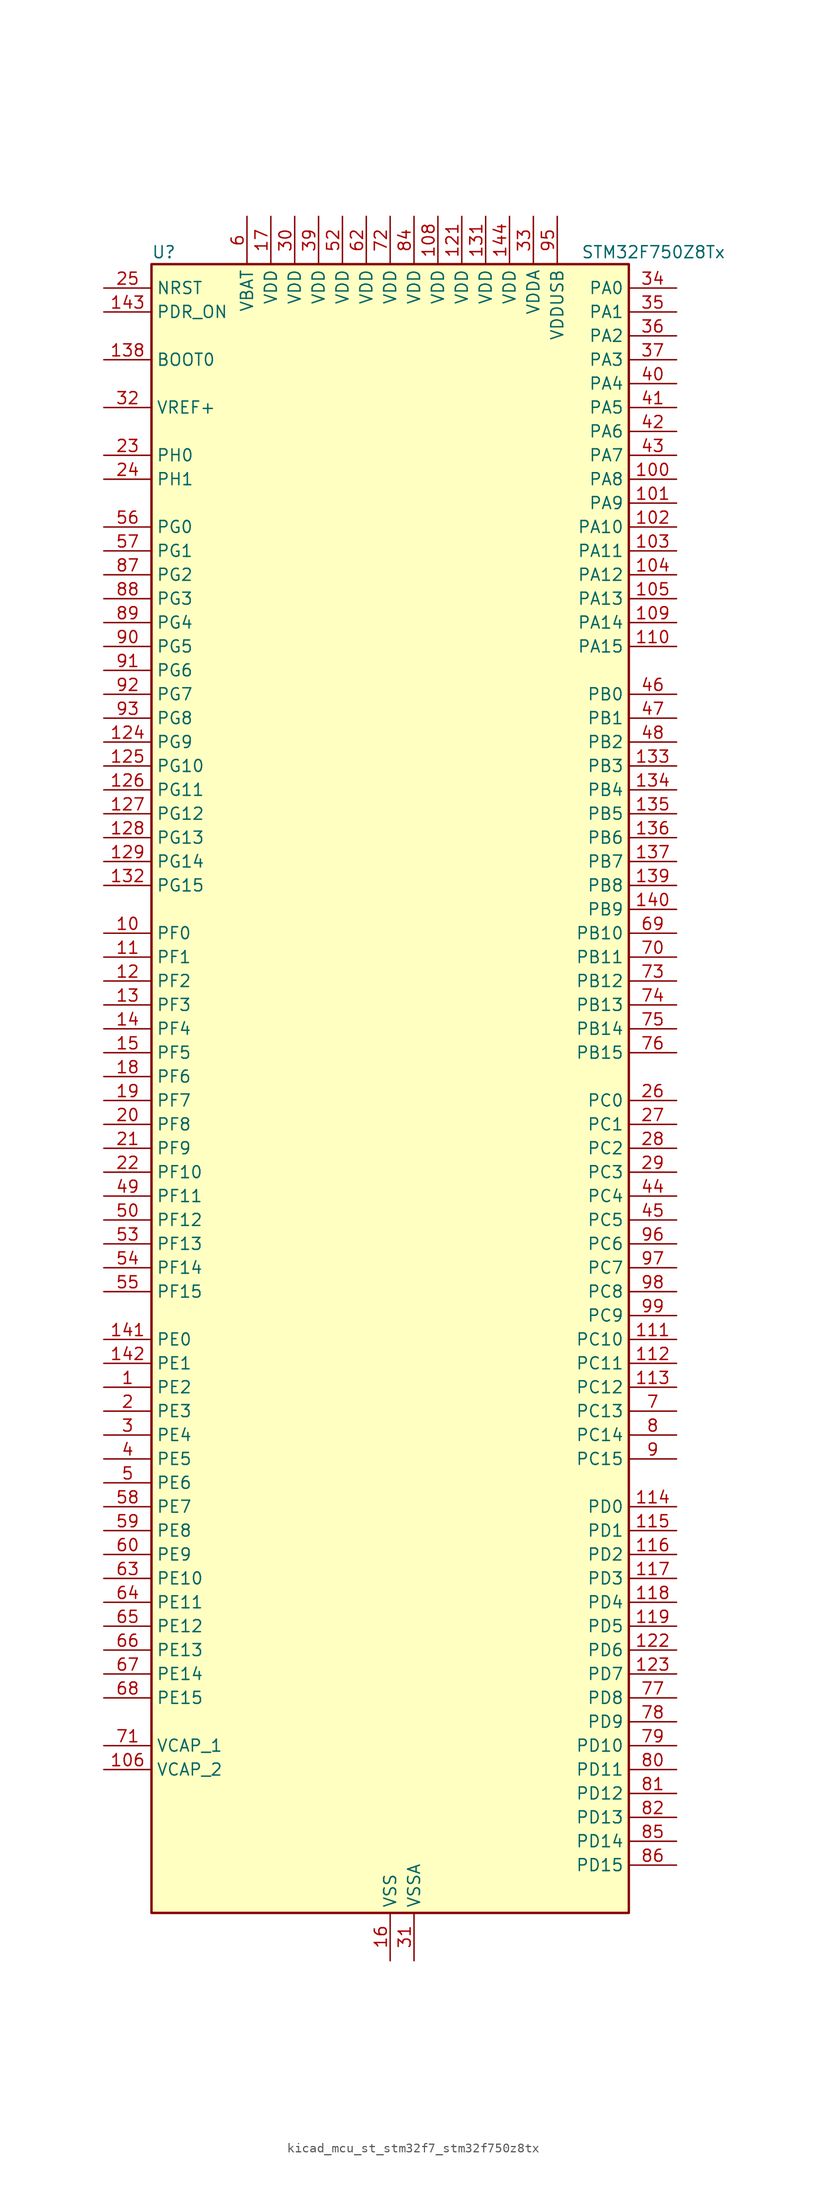
<source format=kicad_sym>
(kicad_symbol_lib
  (version 20220914)
  (generator kicad_symbol_editor)
  (symbol "kicad_mcu_st_stm32f7_stm32f750z8tx"
    (property "Reference" "U"
      (at -25.4 90.17 0)
      (effects (font (size 1.27 1.27)) (justify left)))
    (property "Value" "STM32F750Z8Tx"
      (at 20.32 90.17 0)
      (effects (font (size 1.27 1.27)) (justify left)))
    (property "ki_locked" ""
      (at 0 0 0)
      (effects (font (size 1.27 1.27))))
    (symbol "kicad_mcu_st_stm32f7_stm32f750z8tx_0_1"
      (rectangle (start -25.4 -86.36) (end 25.4 88.9) (stroke (width 0.254) (type default)) (fill (type background))))
    (symbol "kicad_mcu_st_stm32f7_stm32f750z8tx_1_1"
      (pin bidirectional line (at -30.48 -30.48 0) (length 5.08) (name "PE2" (effects (font (size 1.27 1.27)))) (number "1" (effects (font (size 1.27 1.27)))) (alternate "ETH_TXD3" bidirectional line) (alternate "FMC_A23" bidirectional line) (alternate "QUADSPI_BK1_IO2" bidirectional line) (alternate "SAI1_MCLK_A" bidirectional line) (alternate "SPI4_SCK" bidirectional line) (alternate "SYS_TRACECLK" bidirectional line))
      (pin bidirectional line (at -30.48 17.78 0) (length 5.08) (name "PF0" (effects (font (size 1.27 1.27)))) (number "10" (effects (font (size 1.27 1.27)))) (alternate "FMC_A0" bidirectional line) (alternate "I2C2_SDA" bidirectional line))
      (pin bidirectional line (at 30.48 66.04 180) (length 5.08) (name "PA8" (effects (font (size 1.27 1.27)))) (number "100" (effects (font (size 1.27 1.27)))) (alternate "I2C3_SCL" bidirectional line) (alternate "LTDC_R6" bidirectional line) (alternate "RCC_MCO_1" bidirectional line) (alternate "TIM1_CH1" bidirectional line) (alternate "TIM8_BKIN2" bidirectional line) (alternate "USART1_CK" bidirectional line) (alternate "USB_OTG_FS_SOF" bidirectional line))
      (pin bidirectional line (at 30.48 63.5 180) (length 5.08) (name "PA9" (effects (font (size 1.27 1.27)))) (number "101" (effects (font (size 1.27 1.27)))) (alternate "DAC_EXTI9" bidirectional line) (alternate "DCMI_D0" bidirectional line) (alternate "I2C3_SMBA" bidirectional line) (alternate "I2S2_CK" bidirectional line) (alternate "SPI2_SCK" bidirectional line) (alternate "TIM1_CH2" bidirectional line) (alternate "USART1_TX" bidirectional line) (alternate "USB_OTG_FS_VBUS" bidirectional line))
      (pin bidirectional line (at 30.48 60.96 180) (length 5.08) (name "PA10" (effects (font (size 1.27 1.27)))) (number "102" (effects (font (size 1.27 1.27)))) (alternate "DCMI_D1" bidirectional line) (alternate "TIM1_CH3" bidirectional line) (alternate "USART1_RX" bidirectional line) (alternate "USB_OTG_FS_ID" bidirectional line))
      (pin bidirectional line (at 30.48 58.42 180) (length 5.08) (name "PA11" (effects (font (size 1.27 1.27)))) (number "103" (effects (font (size 1.27 1.27)))) (alternate "ADC1_EXTI11" bidirectional line) (alternate "ADC2_EXTI11" bidirectional line) (alternate "ADC3_EXTI11" bidirectional line) (alternate "CAN1_RX" bidirectional line) (alternate "LTDC_R4" bidirectional line) (alternate "TIM1_CH4" bidirectional line) (alternate "USART1_CTS" bidirectional line) (alternate "USB_OTG_FS_DM" bidirectional line))
      (pin bidirectional line (at 30.48 55.88 180) (length 5.08) (name "PA12" (effects (font (size 1.27 1.27)))) (number "104" (effects (font (size 1.27 1.27)))) (alternate "CAN1_TX" bidirectional line) (alternate "LTDC_R5" bidirectional line) (alternate "SAI2_FS_B" bidirectional line) (alternate "TIM1_ETR" bidirectional line) (alternate "USART1_DE" bidirectional line) (alternate "USART1_RTS" bidirectional line) (alternate "USB_OTG_FS_DP" bidirectional line))
      (pin bidirectional line (at 30.48 53.34 180) (length 5.08) (name "PA13" (effects (font (size 1.27 1.27)))) (number "105" (effects (font (size 1.27 1.27)))) (alternate "SYS_JTMS-SWDIO" bidirectional line))
      (pin power_out line (at -30.48 -71.12 0) (length 5.08) (name "VCAP_2" (effects (font (size 1.27 1.27)))) (number "106" (effects (font (size 1.27 1.27)))))
      (pin passive line (at 0 -91.44 90) (length 5.08) hide (name "VSS" (effects (font (size 1.27 1.27)))) (number "107" (effects (font (size 1.27 1.27)))))
      (pin power_in line (at 5.08 93.98 270) (length 5.08) (name "VDD" (effects (font (size 1.27 1.27)))) (number "108" (effects (font (size 1.27 1.27)))))
      (pin bidirectional line (at 30.48 50.8 180) (length 5.08) (name "PA14" (effects (font (size 1.27 1.27)))) (number "109" (effects (font (size 1.27 1.27)))) (alternate "SYS_JTCK-SWCLK" bidirectional line))
      (pin bidirectional line (at -30.48 15.24 0) (length 5.08) (name "PF1" (effects (font (size 1.27 1.27)))) (number "11" (effects (font (size 1.27 1.27)))) (alternate "FMC_A1" bidirectional line) (alternate "I2C2_SCL" bidirectional line))
      (pin bidirectional line (at 30.48 48.26 180) (length 5.08) (name "PA15" (effects (font (size 1.27 1.27)))) (number "110" (effects (font (size 1.27 1.27)))) (alternate "CEC" bidirectional line) (alternate "I2S1_WS" bidirectional line) (alternate "I2S3_WS" bidirectional line) (alternate "SPI1_NSS" bidirectional line) (alternate "SPI3_NSS" bidirectional line) (alternate "SYS_JTDI" bidirectional line) (alternate "TIM2_CH1" bidirectional line) (alternate "TIM2_ETR" bidirectional line) (alternate "UART4_DE" bidirectional line) (alternate "UART4_RTS" bidirectional line))
      (pin bidirectional line (at 30.48 -25.4 180) (length 5.08) (name "PC10" (effects (font (size 1.27 1.27)))) (number "111" (effects (font (size 1.27 1.27)))) (alternate "DCMI_D8" bidirectional line) (alternate "I2S3_CK" bidirectional line) (alternate "LTDC_R2" bidirectional line) (alternate "QUADSPI_BK1_IO1" bidirectional line) (alternate "SDMMC1_D2" bidirectional line) (alternate "SPI3_SCK" bidirectional line) (alternate "UART4_TX" bidirectional line) (alternate "USART3_TX" bidirectional line))
      (pin bidirectional line (at 30.48 -27.94 180) (length 5.08) (name "PC11" (effects (font (size 1.27 1.27)))) (number "112" (effects (font (size 1.27 1.27)))) (alternate "ADC1_EXTI11" bidirectional line) (alternate "ADC2_EXTI11" bidirectional line) (alternate "ADC3_EXTI11" bidirectional line) (alternate "DCMI_D4" bidirectional line) (alternate "QUADSPI_BK2_NCS" bidirectional line) (alternate "SDMMC1_D3" bidirectional line) (alternate "SPI3_MISO" bidirectional line) (alternate "UART4_RX" bidirectional line) (alternate "USART3_RX" bidirectional line))
      (pin bidirectional line (at 30.48 -30.48 180) (length 5.08) (name "PC12" (effects (font (size 1.27 1.27)))) (number "113" (effects (font (size 1.27 1.27)))) (alternate "DCMI_D9" bidirectional line) (alternate "I2S3_SD" bidirectional line) (alternate "SDMMC1_CK" bidirectional line) (alternate "SPI3_MOSI" bidirectional line) (alternate "SYS_TRACED3" bidirectional line) (alternate "UART5_TX" bidirectional line) (alternate "USART3_CK" bidirectional line))
      (pin bidirectional line (at 30.48 -43.18 180) (length 5.08) (name "PD0" (effects (font (size 1.27 1.27)))) (number "114" (effects (font (size 1.27 1.27)))) (alternate "CAN1_RX" bidirectional line) (alternate "FMC_D2" bidirectional line) (alternate "FMC_DA2" bidirectional line))
      (pin bidirectional line (at 30.48 -45.72 180) (length 5.08) (name "PD1" (effects (font (size 1.27 1.27)))) (number "115" (effects (font (size 1.27 1.27)))) (alternate "CAN1_TX" bidirectional line) (alternate "FMC_D3" bidirectional line) (alternate "FMC_DA3" bidirectional line))
      (pin bidirectional line (at 30.48 -48.26 180) (length 5.08) (name "PD2" (effects (font (size 1.27 1.27)))) (number "116" (effects (font (size 1.27 1.27)))) (alternate "DCMI_D11" bidirectional line) (alternate "SDMMC1_CMD" bidirectional line) (alternate "SYS_TRACED2" bidirectional line) (alternate "TIM3_ETR" bidirectional line) (alternate "UART5_RX" bidirectional line))
      (pin bidirectional line (at 30.48 -50.8 180) (length 5.08) (name "PD3" (effects (font (size 1.27 1.27)))) (number "117" (effects (font (size 1.27 1.27)))) (alternate "DCMI_D5" bidirectional line) (alternate "FMC_CLK" bidirectional line) (alternate "I2S2_CK" bidirectional line) (alternate "LTDC_G7" bidirectional line) (alternate "SPI2_SCK" bidirectional line) (alternate "USART2_CTS" bidirectional line))
      (pin bidirectional line (at 30.48 -53.34 180) (length 5.08) (name "PD4" (effects (font (size 1.27 1.27)))) (number "118" (effects (font (size 1.27 1.27)))) (alternate "FMC_NOE" bidirectional line) (alternate "USART2_DE" bidirectional line) (alternate "USART2_RTS" bidirectional line))
      (pin bidirectional line (at 30.48 -55.88 180) (length 5.08) (name "PD5" (effects (font (size 1.27 1.27)))) (number "119" (effects (font (size 1.27 1.27)))) (alternate "FMC_NWE" bidirectional line) (alternate "USART2_TX" bidirectional line))
      (pin bidirectional line (at -30.48 12.7 0) (length 5.08) (name "PF2" (effects (font (size 1.27 1.27)))) (number "12" (effects (font (size 1.27 1.27)))) (alternate "FMC_A2" bidirectional line) (alternate "I2C2_SMBA" bidirectional line))
      (pin passive line (at 0 -91.44 90) (length 5.08) hide (name "VSS" (effects (font (size 1.27 1.27)))) (number "120" (effects (font (size 1.27 1.27)))))
      (pin power_in line (at 7.62 93.98 270) (length 5.08) (name "VDD" (effects (font (size 1.27 1.27)))) (number "121" (effects (font (size 1.27 1.27)))))
      (pin bidirectional line (at 30.48 -58.42 180) (length 5.08) (name "PD6" (effects (font (size 1.27 1.27)))) (number "122" (effects (font (size 1.27 1.27)))) (alternate "DCMI_D10" bidirectional line) (alternate "FMC_NWAIT" bidirectional line) (alternate "I2S3_SD" bidirectional line) (alternate "LTDC_B2" bidirectional line) (alternate "SAI1_SD_A" bidirectional line) (alternate "SPI3_MOSI" bidirectional line) (alternate "USART2_RX" bidirectional line))
      (pin bidirectional line (at 30.48 -60.96 180) (length 5.08) (name "PD7" (effects (font (size 1.27 1.27)))) (number "123" (effects (font (size 1.27 1.27)))) (alternate "FMC_NE1" bidirectional line) (alternate "SPDIFRX_IN0" bidirectional line) (alternate "USART2_CK" bidirectional line))
      (pin bidirectional line (at -30.48 38.1 0) (length 5.08) (name "PG9" (effects (font (size 1.27 1.27)))) (number "124" (effects (font (size 1.27 1.27)))) (alternate "DAC_EXTI9" bidirectional line) (alternate "DCMI_VSYNC" bidirectional line) (alternate "FMC_NCE" bidirectional line) (alternate "FMC_NE2" bidirectional line) (alternate "QUADSPI_BK2_IO2" bidirectional line) (alternate "SAI2_FS_B" bidirectional line) (alternate "SPDIFRX_IN3" bidirectional line) (alternate "USART6_RX" bidirectional line))
      (pin bidirectional line (at -30.48 35.56 0) (length 5.08) (name "PG10" (effects (font (size 1.27 1.27)))) (number "125" (effects (font (size 1.27 1.27)))) (alternate "DCMI_D2" bidirectional line) (alternate "FMC_NE3" bidirectional line) (alternate "LTDC_B2" bidirectional line) (alternate "LTDC_G3" bidirectional line) (alternate "SAI2_SD_B" bidirectional line))
      (pin bidirectional line (at -30.48 33.02 0) (length 5.08) (name "PG11" (effects (font (size 1.27 1.27)))) (number "126" (effects (font (size 1.27 1.27)))) (alternate "ADC1_EXTI11" bidirectional line) (alternate "ADC2_EXTI11" bidirectional line) (alternate "ADC3_EXTI11" bidirectional line) (alternate "DCMI_D3" bidirectional line) (alternate "ETH_TX_EN" bidirectional line) (alternate "LTDC_B3" bidirectional line) (alternate "SPDIFRX_IN0" bidirectional line))
      (pin bidirectional line (at -30.48 30.48 0) (length 5.08) (name "PG12" (effects (font (size 1.27 1.27)))) (number "127" (effects (font (size 1.27 1.27)))) (alternate "FMC_NE4" bidirectional line) (alternate "LPTIM1_IN1" bidirectional line) (alternate "LTDC_B1" bidirectional line) (alternate "LTDC_B4" bidirectional line) (alternate "SPDIFRX_IN1" bidirectional line) (alternate "SPI6_MISO" bidirectional line) (alternate "USART6_DE" bidirectional line) (alternate "USART6_RTS" bidirectional line))
      (pin bidirectional line (at -30.48 27.94 0) (length 5.08) (name "PG13" (effects (font (size 1.27 1.27)))) (number "128" (effects (font (size 1.27 1.27)))) (alternate "ETH_TXD0" bidirectional line) (alternate "FMC_A24" bidirectional line) (alternate "LPTIM1_OUT" bidirectional line) (alternate "LTDC_R0" bidirectional line) (alternate "SPI6_SCK" bidirectional line) (alternate "SYS_TRACED0" bidirectional line) (alternate "USART6_CTS" bidirectional line))
      (pin bidirectional line (at -30.48 25.4 0) (length 5.08) (name "PG14" (effects (font (size 1.27 1.27)))) (number "129" (effects (font (size 1.27 1.27)))) (alternate "ETH_TXD1" bidirectional line) (alternate "FMC_A25" bidirectional line) (alternate "LPTIM1_ETR" bidirectional line) (alternate "LTDC_B0" bidirectional line) (alternate "QUADSPI_BK2_IO3" bidirectional line) (alternate "SPI6_MOSI" bidirectional line) (alternate "SYS_TRACED1" bidirectional line) (alternate "USART6_TX" bidirectional line))
      (pin bidirectional line (at -30.48 10.16 0) (length 5.08) (name "PF3" (effects (font (size 1.27 1.27)))) (number "13" (effects (font (size 1.27 1.27)))) (alternate "ADC3_IN9" bidirectional line) (alternate "FMC_A3" bidirectional line))
      (pin passive line (at 0 -91.44 90) (length 5.08) hide (name "VSS" (effects (font (size 1.27 1.27)))) (number "130" (effects (font (size 1.27 1.27)))))
      (pin power_in line (at 10.16 93.98 270) (length 5.08) (name "VDD" (effects (font (size 1.27 1.27)))) (number "131" (effects (font (size 1.27 1.27)))))
      (pin bidirectional line (at -30.48 22.86 0) (length 5.08) (name "PG15" (effects (font (size 1.27 1.27)))) (number "132" (effects (font (size 1.27 1.27)))) (alternate "DCMI_D13" bidirectional line) (alternate "FMC_SDNCAS" bidirectional line) (alternate "USART6_CTS" bidirectional line))
      (pin bidirectional line (at 30.48 35.56 180) (length 5.08) (name "PB3" (effects (font (size 1.27 1.27)))) (number "133" (effects (font (size 1.27 1.27)))) (alternate "I2S1_CK" bidirectional line) (alternate "I2S3_CK" bidirectional line) (alternate "SPI1_SCK" bidirectional line) (alternate "SPI3_SCK" bidirectional line) (alternate "SYS_JTDO-SWO" bidirectional line) (alternate "TIM2_CH2" bidirectional line))
      (pin bidirectional line (at 30.48 33.02 180) (length 5.08) (name "PB4" (effects (font (size 1.27 1.27)))) (number "134" (effects (font (size 1.27 1.27)))) (alternate "I2S2_WS" bidirectional line) (alternate "SPI1_MISO" bidirectional line) (alternate "SPI2_NSS" bidirectional line) (alternate "SPI3_MISO" bidirectional line) (alternate "SYS_JTRST" bidirectional line) (alternate "TIM3_CH1" bidirectional line))
      (pin bidirectional line (at 30.48 30.48 180) (length 5.08) (name "PB5" (effects (font (size 1.27 1.27)))) (number "135" (effects (font (size 1.27 1.27)))) (alternate "CAN2_RX" bidirectional line) (alternate "DCMI_D10" bidirectional line) (alternate "ETH_PPS_OUT" bidirectional line) (alternate "FMC_SDCKE1" bidirectional line) (alternate "I2C1_SMBA" bidirectional line) (alternate "I2S1_SD" bidirectional line) (alternate "I2S3_SD" bidirectional line) (alternate "SPI1_MOSI" bidirectional line) (alternate "SPI3_MOSI" bidirectional line) (alternate "TIM3_CH2" bidirectional line) (alternate "USB_OTG_HS_ULPI_D7" bidirectional line))
      (pin bidirectional line (at 30.48 27.94 180) (length 5.08) (name "PB6" (effects (font (size 1.27 1.27)))) (number "136" (effects (font (size 1.27 1.27)))) (alternate "CAN2_TX" bidirectional line) (alternate "CEC" bidirectional line) (alternate "DCMI_D5" bidirectional line) (alternate "FMC_SDNE1" bidirectional line) (alternate "I2C1_SCL" bidirectional line) (alternate "QUADSPI_BK1_NCS" bidirectional line) (alternate "TIM4_CH1" bidirectional line) (alternate "USART1_TX" bidirectional line))
      (pin bidirectional line (at 30.48 25.4 180) (length 5.08) (name "PB7" (effects (font (size 1.27 1.27)))) (number "137" (effects (font (size 1.27 1.27)))) (alternate "DCMI_VSYNC" bidirectional line) (alternate "FMC_NL" bidirectional line) (alternate "I2C1_SDA" bidirectional line) (alternate "TIM4_CH2" bidirectional line) (alternate "USART1_RX" bidirectional line))
      (pin input line (at -30.48 78.74 0) (length 5.08) (name "BOOT0" (effects (font (size 1.27 1.27)))) (number "138" (effects (font (size 1.27 1.27)))))
      (pin bidirectional line (at 30.48 22.86 180) (length 5.08) (name "PB8" (effects (font (size 1.27 1.27)))) (number "139" (effects (font (size 1.27 1.27)))) (alternate "CAN1_RX" bidirectional line) (alternate "DCMI_D6" bidirectional line) (alternate "ETH_TXD3" bidirectional line) (alternate "I2C1_SCL" bidirectional line) (alternate "LTDC_B6" bidirectional line) (alternate "SDMMC1_D4" bidirectional line) (alternate "TIM10_CH1" bidirectional line) (alternate "TIM4_CH3" bidirectional line))
      (pin bidirectional line (at -30.48 7.62 0) (length 5.08) (name "PF4" (effects (font (size 1.27 1.27)))) (number "14" (effects (font (size 1.27 1.27)))) (alternate "ADC3_IN14" bidirectional line) (alternate "FMC_A4" bidirectional line))
      (pin bidirectional line (at 30.48 20.32 180) (length 5.08) (name "PB9" (effects (font (size 1.27 1.27)))) (number "140" (effects (font (size 1.27 1.27)))) (alternate "CAN1_TX" bidirectional line) (alternate "DAC_EXTI9" bidirectional line) (alternate "DCMI_D7" bidirectional line) (alternate "I2C1_SDA" bidirectional line) (alternate "I2S2_WS" bidirectional line) (alternate "LTDC_B7" bidirectional line) (alternate "SDMMC1_D5" bidirectional line) (alternate "SPI2_NSS" bidirectional line) (alternate "TIM11_CH1" bidirectional line) (alternate "TIM4_CH4" bidirectional line))
      (pin bidirectional line (at -30.48 -25.4 0) (length 5.08) (name "PE0" (effects (font (size 1.27 1.27)))) (number "141" (effects (font (size 1.27 1.27)))) (alternate "DCMI_D2" bidirectional line) (alternate "FMC_NBL0" bidirectional line) (alternate "LPTIM1_ETR" bidirectional line) (alternate "SAI2_MCLK_A" bidirectional line) (alternate "TIM4_ETR" bidirectional line) (alternate "UART8_RX" bidirectional line))
      (pin bidirectional line (at -30.48 -27.94 0) (length 5.08) (name "PE1" (effects (font (size 1.27 1.27)))) (number "142" (effects (font (size 1.27 1.27)))) (alternate "DCMI_D3" bidirectional line) (alternate "FMC_NBL1" bidirectional line) (alternate "LPTIM1_IN2" bidirectional line) (alternate "UART8_TX" bidirectional line))
      (pin input line (at -30.48 83.82 0) (length 5.08) (name "PDR_ON" (effects (font (size 1.27 1.27)))) (number "143" (effects (font (size 1.27 1.27)))))
      (pin power_in line (at 12.7 93.98 270) (length 5.08) (name "VDD" (effects (font (size 1.27 1.27)))) (number "144" (effects (font (size 1.27 1.27)))))
      (pin bidirectional line (at -30.48 5.08 0) (length 5.08) (name "PF5" (effects (font (size 1.27 1.27)))) (number "15" (effects (font (size 1.27 1.27)))) (alternate "ADC3_IN15" bidirectional line) (alternate "FMC_A5" bidirectional line))
      (pin power_in line (at 0 -91.44 90) (length 5.08) (name "VSS" (effects (font (size 1.27 1.27)))) (number "16" (effects (font (size 1.27 1.27)))))
      (pin power_in line (at -12.7 93.98 270) (length 5.08) (name "VDD" (effects (font (size 1.27 1.27)))) (number "17" (effects (font (size 1.27 1.27)))))
      (pin bidirectional line (at -30.48 2.54 0) (length 5.08) (name "PF6" (effects (font (size 1.27 1.27)))) (number "18" (effects (font (size 1.27 1.27)))) (alternate "ADC3_IN4" bidirectional line) (alternate "QUADSPI_BK1_IO3" bidirectional line) (alternate "SAI1_SD_B" bidirectional line) (alternate "SPI5_NSS" bidirectional line) (alternate "TIM10_CH1" bidirectional line) (alternate "UART7_RX" bidirectional line))
      (pin bidirectional line (at -30.48 0 0) (length 5.08) (name "PF7" (effects (font (size 1.27 1.27)))) (number "19" (effects (font (size 1.27 1.27)))) (alternate "ADC3_IN5" bidirectional line) (alternate "QUADSPI_BK1_IO2" bidirectional line) (alternate "SAI1_MCLK_B" bidirectional line) (alternate "SPI5_SCK" bidirectional line) (alternate "TIM11_CH1" bidirectional line) (alternate "UART7_TX" bidirectional line))
      (pin bidirectional line (at -30.48 -33.02 0) (length 5.08) (name "PE3" (effects (font (size 1.27 1.27)))) (number "2" (effects (font (size 1.27 1.27)))) (alternate "FMC_A19" bidirectional line) (alternate "SAI1_SD_B" bidirectional line) (alternate "SYS_TRACED0" bidirectional line))
      (pin bidirectional line (at -30.48 -2.54 0) (length 5.08) (name "PF8" (effects (font (size 1.27 1.27)))) (number "20" (effects (font (size 1.27 1.27)))) (alternate "ADC3_IN6" bidirectional line) (alternate "QUADSPI_BK1_IO0" bidirectional line) (alternate "SAI1_SCK_B" bidirectional line) (alternate "SPI5_MISO" bidirectional line) (alternate "TIM13_CH1" bidirectional line) (alternate "UART7_DE" bidirectional line) (alternate "UART7_RTS" bidirectional line))
      (pin bidirectional line (at -30.48 -5.08 0) (length 5.08) (name "PF9" (effects (font (size 1.27 1.27)))) (number "21" (effects (font (size 1.27 1.27)))) (alternate "ADC3_IN7" bidirectional line) (alternate "DAC_EXTI9" bidirectional line) (alternate "QUADSPI_BK1_IO1" bidirectional line) (alternate "SAI1_FS_B" bidirectional line) (alternate "SPI5_MOSI" bidirectional line) (alternate "TIM14_CH1" bidirectional line) (alternate "UART7_CTS" bidirectional line))
      (pin bidirectional line (at -30.48 -7.62 0) (length 5.08) (name "PF10" (effects (font (size 1.27 1.27)))) (number "22" (effects (font (size 1.27 1.27)))) (alternate "ADC3_IN8" bidirectional line) (alternate "DCMI_D11" bidirectional line) (alternate "LTDC_DE" bidirectional line))
      (pin bidirectional line (at -30.48 68.58 0) (length 5.08) (name "PH0" (effects (font (size 1.27 1.27)))) (number "23" (effects (font (size 1.27 1.27)))) (alternate "RCC_OSC_IN" bidirectional line))
      (pin bidirectional line (at -30.48 66.04 0) (length 5.08) (name "PH1" (effects (font (size 1.27 1.27)))) (number "24" (effects (font (size 1.27 1.27)))) (alternate "RCC_OSC_OUT" bidirectional line))
      (pin input line (at -30.48 86.36 0) (length 5.08) (name "NRST" (effects (font (size 1.27 1.27)))) (number "25" (effects (font (size 1.27 1.27)))))
      (pin bidirectional line (at 30.48 0 180) (length 5.08) (name "PC0" (effects (font (size 1.27 1.27)))) (number "26" (effects (font (size 1.27 1.27)))) (alternate "ADC1_IN10" bidirectional line) (alternate "ADC2_IN10" bidirectional line) (alternate "ADC3_IN10" bidirectional line) (alternate "FMC_SDNWE" bidirectional line) (alternate "LTDC_R5" bidirectional line) (alternate "SAI2_FS_B" bidirectional line) (alternate "USB_OTG_HS_ULPI_STP" bidirectional line))
      (pin bidirectional line (at 30.48 -2.54 180) (length 5.08) (name "PC1" (effects (font (size 1.27 1.27)))) (number "27" (effects (font (size 1.27 1.27)))) (alternate "ADC1_IN11" bidirectional line) (alternate "ADC2_IN11" bidirectional line) (alternate "ADC3_IN11" bidirectional line) (alternate "ETH_MDC" bidirectional line) (alternate "I2S2_SD" bidirectional line) (alternate "RTC_TAMP3" bidirectional line) (alternate "RTC_TS" bidirectional line) (alternate "SAI1_SD_A" bidirectional line) (alternate "SPI2_MOSI" bidirectional line) (alternate "SYS_TRACED0" bidirectional line) (alternate "SYS_WKUP3" bidirectional line))
      (pin bidirectional line (at 30.48 -5.08 180) (length 5.08) (name "PC2" (effects (font (size 1.27 1.27)))) (number "28" (effects (font (size 1.27 1.27)))) (alternate "ADC1_IN12" bidirectional line) (alternate "ADC2_IN12" bidirectional line) (alternate "ADC3_IN12" bidirectional line) (alternate "ETH_TXD2" bidirectional line) (alternate "FMC_SDNE0" bidirectional line) (alternate "SPI2_MISO" bidirectional line) (alternate "USB_OTG_HS_ULPI_DIR" bidirectional line))
      (pin bidirectional line (at 30.48 -7.62 180) (length 5.08) (name "PC3" (effects (font (size 1.27 1.27)))) (number "29" (effects (font (size 1.27 1.27)))) (alternate "ADC1_IN13" bidirectional line) (alternate "ADC2_IN13" bidirectional line) (alternate "ADC3_IN13" bidirectional line) (alternate "ETH_TX_CLK" bidirectional line) (alternate "FMC_SDCKE0" bidirectional line) (alternate "I2S2_SD" bidirectional line) (alternate "SPI2_MOSI" bidirectional line) (alternate "USB_OTG_HS_ULPI_NXT" bidirectional line))
      (pin bidirectional line (at -30.48 -35.56 0) (length 5.08) (name "PE4" (effects (font (size 1.27 1.27)))) (number "3" (effects (font (size 1.27 1.27)))) (alternate "DCMI_D4" bidirectional line) (alternate "FMC_A20" bidirectional line) (alternate "LTDC_B0" bidirectional line) (alternate "SAI1_FS_A" bidirectional line) (alternate "SPI4_NSS" bidirectional line) (alternate "SYS_TRACED1" bidirectional line))
      (pin power_in line (at -10.16 93.98 270) (length 5.08) (name "VDD" (effects (font (size 1.27 1.27)))) (number "30" (effects (font (size 1.27 1.27)))))
      (pin power_in line (at 2.54 -91.44 90) (length 5.08) (name "VSSA" (effects (font (size 1.27 1.27)))) (number "31" (effects (font (size 1.27 1.27)))))
      (pin input line (at -30.48 73.66 0) (length 5.08) (name "VREF+" (effects (font (size 1.27 1.27)))) (number "32" (effects (font (size 1.27 1.27)))))
      (pin power_in line (at 15.24 93.98 270) (length 5.08) (name "VDDA" (effects (font (size 1.27 1.27)))) (number "33" (effects (font (size 1.27 1.27)))))
      (pin bidirectional line (at 30.48 86.36 180) (length 5.08) (name "PA0" (effects (font (size 1.27 1.27)))) (number "34" (effects (font (size 1.27 1.27)))) (alternate "ADC1_IN0" bidirectional line) (alternate "ADC2_IN0" bidirectional line) (alternate "ADC3_IN0" bidirectional line) (alternate "ETH_CRS" bidirectional line) (alternate "SAI2_SD_B" bidirectional line) (alternate "SYS_WKUP1" bidirectional line) (alternate "TIM2_CH1" bidirectional line) (alternate "TIM2_ETR" bidirectional line) (alternate "TIM5_CH1" bidirectional line) (alternate "TIM8_ETR" bidirectional line) (alternate "UART4_TX" bidirectional line) (alternate "USART2_CTS" bidirectional line))
      (pin bidirectional line (at 30.48 83.82 180) (length 5.08) (name "PA1" (effects (font (size 1.27 1.27)))) (number "35" (effects (font (size 1.27 1.27)))) (alternate "ADC1_IN1" bidirectional line) (alternate "ADC2_IN1" bidirectional line) (alternate "ADC3_IN1" bidirectional line) (alternate "ETH_REF_CLK" bidirectional line) (alternate "ETH_RX_CLK" bidirectional line) (alternate "LTDC_R2" bidirectional line) (alternate "QUADSPI_BK1_IO3" bidirectional line) (alternate "SAI2_MCLK_B" bidirectional line) (alternate "TIM2_CH2" bidirectional line) (alternate "TIM5_CH2" bidirectional line) (alternate "UART4_RX" bidirectional line) (alternate "USART2_DE" bidirectional line) (alternate "USART2_RTS" bidirectional line))
      (pin bidirectional line (at 30.48 81.28 180) (length 5.08) (name "PA2" (effects (font (size 1.27 1.27)))) (number "36" (effects (font (size 1.27 1.27)))) (alternate "ADC1_IN2" bidirectional line) (alternate "ADC2_IN2" bidirectional line) (alternate "ADC3_IN2" bidirectional line) (alternate "ETH_MDIO" bidirectional line) (alternate "LTDC_R1" bidirectional line) (alternate "SAI2_SCK_B" bidirectional line) (alternate "SYS_WKUP2" bidirectional line) (alternate "TIM2_CH3" bidirectional line) (alternate "TIM5_CH3" bidirectional line) (alternate "TIM9_CH1" bidirectional line) (alternate "USART2_TX" bidirectional line))
      (pin bidirectional line (at 30.48 78.74 180) (length 5.08) (name "PA3" (effects (font (size 1.27 1.27)))) (number "37" (effects (font (size 1.27 1.27)))) (alternate "ADC1_IN3" bidirectional line) (alternate "ADC2_IN3" bidirectional line) (alternate "ADC3_IN3" bidirectional line) (alternate "ETH_COL" bidirectional line) (alternate "LTDC_B5" bidirectional line) (alternate "TIM2_CH4" bidirectional line) (alternate "TIM5_CH4" bidirectional line) (alternate "TIM9_CH2" bidirectional line) (alternate "USART2_RX" bidirectional line) (alternate "USB_OTG_HS_ULPI_D0" bidirectional line))
      (pin passive line (at 0 -91.44 90) (length 5.08) hide (name "VSS" (effects (font (size 1.27 1.27)))) (number "38" (effects (font (size 1.27 1.27)))))
      (pin power_in line (at -7.62 93.98 270) (length 5.08) (name "VDD" (effects (font (size 1.27 1.27)))) (number "39" (effects (font (size 1.27 1.27)))))
      (pin bidirectional line (at -30.48 -38.1 0) (length 5.08) (name "PE5" (effects (font (size 1.27 1.27)))) (number "4" (effects (font (size 1.27 1.27)))) (alternate "DCMI_D6" bidirectional line) (alternate "FMC_A21" bidirectional line) (alternate "LTDC_G0" bidirectional line) (alternate "SAI1_SCK_A" bidirectional line) (alternate "SPI4_MISO" bidirectional line) (alternate "SYS_TRACED2" bidirectional line) (alternate "TIM9_CH1" bidirectional line))
      (pin bidirectional line (at 30.48 76.2 180) (length 5.08) (name "PA4" (effects (font (size 1.27 1.27)))) (number "40" (effects (font (size 1.27 1.27)))) (alternate "ADC1_IN4" bidirectional line) (alternate "ADC2_IN4" bidirectional line) (alternate "DAC_OUT1" bidirectional line) (alternate "DCMI_HSYNC" bidirectional line) (alternate "I2S1_WS" bidirectional line) (alternate "I2S3_WS" bidirectional line) (alternate "LTDC_VSYNC" bidirectional line) (alternate "SPI1_NSS" bidirectional line) (alternate "SPI3_NSS" bidirectional line) (alternate "USART2_CK" bidirectional line) (alternate "USB_OTG_HS_SOF" bidirectional line))
      (pin bidirectional line (at 30.48 73.66 180) (length 5.08) (name "PA5" (effects (font (size 1.27 1.27)))) (number "41" (effects (font (size 1.27 1.27)))) (alternate "ADC1_IN5" bidirectional line) (alternate "ADC2_IN5" bidirectional line) (alternate "DAC_OUT2" bidirectional line) (alternate "I2S1_CK" bidirectional line) (alternate "LTDC_R4" bidirectional line) (alternate "SPI1_SCK" bidirectional line) (alternate "TIM2_CH1" bidirectional line) (alternate "TIM2_ETR" bidirectional line) (alternate "TIM8_CH1N" bidirectional line) (alternate "USB_OTG_HS_ULPI_CK" bidirectional line))
      (pin bidirectional line (at 30.48 71.12 180) (length 5.08) (name "PA6" (effects (font (size 1.27 1.27)))) (number "42" (effects (font (size 1.27 1.27)))) (alternate "ADC1_IN6" bidirectional line) (alternate "ADC2_IN6" bidirectional line) (alternate "DCMI_PIXCLK" bidirectional line) (alternate "LTDC_G2" bidirectional line) (alternate "SPI1_MISO" bidirectional line) (alternate "TIM13_CH1" bidirectional line) (alternate "TIM1_BKIN" bidirectional line) (alternate "TIM3_CH1" bidirectional line) (alternate "TIM8_BKIN" bidirectional line))
      (pin bidirectional line (at 30.48 68.58 180) (length 5.08) (name "PA7" (effects (font (size 1.27 1.27)))) (number "43" (effects (font (size 1.27 1.27)))) (alternate "ADC1_IN7" bidirectional line) (alternate "ADC2_IN7" bidirectional line) (alternate "ETH_CRS_DV" bidirectional line) (alternate "ETH_RX_DV" bidirectional line) (alternate "FMC_SDNWE" bidirectional line) (alternate "I2S1_SD" bidirectional line) (alternate "SPI1_MOSI" bidirectional line) (alternate "TIM14_CH1" bidirectional line) (alternate "TIM1_CH1N" bidirectional line) (alternate "TIM3_CH2" bidirectional line) (alternate "TIM8_CH1N" bidirectional line))
      (pin bidirectional line (at 30.48 -10.16 180) (length 5.08) (name "PC4" (effects (font (size 1.27 1.27)))) (number "44" (effects (font (size 1.27 1.27)))) (alternate "ADC1_IN14" bidirectional line) (alternate "ADC2_IN14" bidirectional line) (alternate "ETH_RXD0" bidirectional line) (alternate "FMC_SDNE0" bidirectional line) (alternate "I2S1_MCK" bidirectional line) (alternate "SPDIFRX_IN2" bidirectional line))
      (pin bidirectional line (at 30.48 -12.7 180) (length 5.08) (name "PC5" (effects (font (size 1.27 1.27)))) (number "45" (effects (font (size 1.27 1.27)))) (alternate "ADC1_IN15" bidirectional line) (alternate "ADC2_IN15" bidirectional line) (alternate "ETH_RXD1" bidirectional line) (alternate "FMC_SDCKE0" bidirectional line) (alternate "SPDIFRX_IN3" bidirectional line))
      (pin bidirectional line (at 30.48 43.18 180) (length 5.08) (name "PB0" (effects (font (size 1.27 1.27)))) (number "46" (effects (font (size 1.27 1.27)))) (alternate "ADC1_IN8" bidirectional line) (alternate "ADC2_IN8" bidirectional line) (alternate "ETH_RXD2" bidirectional line) (alternate "LTDC_R3" bidirectional line) (alternate "TIM1_CH2N" bidirectional line) (alternate "TIM3_CH3" bidirectional line) (alternate "TIM8_CH2N" bidirectional line) (alternate "UART4_CTS" bidirectional line) (alternate "USB_OTG_HS_ULPI_D1" bidirectional line))
      (pin bidirectional line (at 30.48 40.64 180) (length 5.08) (name "PB1" (effects (font (size 1.27 1.27)))) (number "47" (effects (font (size 1.27 1.27)))) (alternate "ADC1_IN9" bidirectional line) (alternate "ADC2_IN9" bidirectional line) (alternate "ETH_RXD3" bidirectional line) (alternate "LTDC_R6" bidirectional line) (alternate "TIM1_CH3N" bidirectional line) (alternate "TIM3_CH4" bidirectional line) (alternate "TIM8_CH3N" bidirectional line) (alternate "USB_OTG_HS_ULPI_D2" bidirectional line))
      (pin bidirectional line (at 30.48 38.1 180) (length 5.08) (name "PB2" (effects (font (size 1.27 1.27)))) (number "48" (effects (font (size 1.27 1.27)))) (alternate "I2S3_SD" bidirectional line) (alternate "QUADSPI_CLK" bidirectional line) (alternate "SAI1_SD_A" bidirectional line) (alternate "SPI3_MOSI" bidirectional line))
      (pin bidirectional line (at -30.48 -10.16 0) (length 5.08) (name "PF11" (effects (font (size 1.27 1.27)))) (number "49" (effects (font (size 1.27 1.27)))) (alternate "ADC1_EXTI11" bidirectional line) (alternate "ADC2_EXTI11" bidirectional line) (alternate "ADC3_EXTI11" bidirectional line) (alternate "DCMI_D12" bidirectional line) (alternate "FMC_SDNRAS" bidirectional line) (alternate "SAI2_SD_B" bidirectional line) (alternate "SPI5_MOSI" bidirectional line))
      (pin bidirectional line (at -30.48 -40.64 0) (length 5.08) (name "PE6" (effects (font (size 1.27 1.27)))) (number "5" (effects (font (size 1.27 1.27)))) (alternate "DCMI_D7" bidirectional line) (alternate "FMC_A22" bidirectional line) (alternate "LTDC_G1" bidirectional line) (alternate "SAI1_SD_A" bidirectional line) (alternate "SAI2_MCLK_B" bidirectional line) (alternate "SPI4_MOSI" bidirectional line) (alternate "SYS_TRACED3" bidirectional line) (alternate "TIM1_BKIN2" bidirectional line) (alternate "TIM9_CH2" bidirectional line))
      (pin bidirectional line (at -30.48 -12.7 0) (length 5.08) (name "PF12" (effects (font (size 1.27 1.27)))) (number "50" (effects (font (size 1.27 1.27)))) (alternate "FMC_A6" bidirectional line))
      (pin passive line (at 0 -91.44 90) (length 5.08) hide (name "VSS" (effects (font (size 1.27 1.27)))) (number "51" (effects (font (size 1.27 1.27)))))
      (pin power_in line (at -5.08 93.98 270) (length 5.08) (name "VDD" (effects (font (size 1.27 1.27)))) (number "52" (effects (font (size 1.27 1.27)))))
      (pin bidirectional line (at -30.48 -15.24 0) (length 5.08) (name "PF13" (effects (font (size 1.27 1.27)))) (number "53" (effects (font (size 1.27 1.27)))) (alternate "FMC_A7" bidirectional line) (alternate "I2C4_SMBA" bidirectional line))
      (pin bidirectional line (at -30.48 -17.78 0) (length 5.08) (name "PF14" (effects (font (size 1.27 1.27)))) (number "54" (effects (font (size 1.27 1.27)))) (alternate "FMC_A8" bidirectional line) (alternate "I2C4_SCL" bidirectional line))
      (pin bidirectional line (at -30.48 -20.32 0) (length 5.08) (name "PF15" (effects (font (size 1.27 1.27)))) (number "55" (effects (font (size 1.27 1.27)))) (alternate "FMC_A9" bidirectional line) (alternate "I2C4_SDA" bidirectional line))
      (pin bidirectional line (at -30.48 60.96 0) (length 5.08) (name "PG0" (effects (font (size 1.27 1.27)))) (number "56" (effects (font (size 1.27 1.27)))) (alternate "FMC_A10" bidirectional line))
      (pin bidirectional line (at -30.48 58.42 0) (length 5.08) (name "PG1" (effects (font (size 1.27 1.27)))) (number "57" (effects (font (size 1.27 1.27)))) (alternate "FMC_A11" bidirectional line))
      (pin bidirectional line (at -30.48 -43.18 0) (length 5.08) (name "PE7" (effects (font (size 1.27 1.27)))) (number "58" (effects (font (size 1.27 1.27)))) (alternate "FMC_D4" bidirectional line) (alternate "FMC_DA4" bidirectional line) (alternate "QUADSPI_BK2_IO0" bidirectional line) (alternate "TIM1_ETR" bidirectional line) (alternate "UART7_RX" bidirectional line))
      (pin bidirectional line (at -30.48 -45.72 0) (length 5.08) (name "PE8" (effects (font (size 1.27 1.27)))) (number "59" (effects (font (size 1.27 1.27)))) (alternate "FMC_D5" bidirectional line) (alternate "FMC_DA5" bidirectional line) (alternate "QUADSPI_BK2_IO1" bidirectional line) (alternate "TIM1_CH1N" bidirectional line) (alternate "UART7_TX" bidirectional line))
      (pin power_in line (at -15.24 93.98 270) (length 5.08) (name "VBAT" (effects (font (size 1.27 1.27)))) (number "6" (effects (font (size 1.27 1.27)))))
      (pin bidirectional line (at -30.48 -48.26 0) (length 5.08) (name "PE9" (effects (font (size 1.27 1.27)))) (number "60" (effects (font (size 1.27 1.27)))) (alternate "DAC_EXTI9" bidirectional line) (alternate "FMC_D6" bidirectional line) (alternate "FMC_DA6" bidirectional line) (alternate "QUADSPI_BK2_IO2" bidirectional line) (alternate "TIM1_CH1" bidirectional line) (alternate "UART7_DE" bidirectional line) (alternate "UART7_RTS" bidirectional line))
      (pin passive line (at 0 -91.44 90) (length 5.08) hide (name "VSS" (effects (font (size 1.27 1.27)))) (number "61" (effects (font (size 1.27 1.27)))))
      (pin power_in line (at -2.54 93.98 270) (length 5.08) (name "VDD" (effects (font (size 1.27 1.27)))) (number "62" (effects (font (size 1.27 1.27)))))
      (pin bidirectional line (at -30.48 -50.8 0) (length 5.08) (name "PE10" (effects (font (size 1.27 1.27)))) (number "63" (effects (font (size 1.27 1.27)))) (alternate "FMC_D7" bidirectional line) (alternate "FMC_DA7" bidirectional line) (alternate "QUADSPI_BK2_IO3" bidirectional line) (alternate "TIM1_CH2N" bidirectional line) (alternate "UART7_CTS" bidirectional line))
      (pin bidirectional line (at -30.48 -53.34 0) (length 5.08) (name "PE11" (effects (font (size 1.27 1.27)))) (number "64" (effects (font (size 1.27 1.27)))) (alternate "ADC1_EXTI11" bidirectional line) (alternate "ADC2_EXTI11" bidirectional line) (alternate "ADC3_EXTI11" bidirectional line) (alternate "FMC_D8" bidirectional line) (alternate "FMC_DA8" bidirectional line) (alternate "LTDC_G3" bidirectional line) (alternate "SAI2_SD_B" bidirectional line) (alternate "SPI4_NSS" bidirectional line) (alternate "TIM1_CH2" bidirectional line))
      (pin bidirectional line (at -30.48 -55.88 0) (length 5.08) (name "PE12" (effects (font (size 1.27 1.27)))) (number "65" (effects (font (size 1.27 1.27)))) (alternate "FMC_D9" bidirectional line) (alternate "FMC_DA9" bidirectional line) (alternate "LTDC_B4" bidirectional line) (alternate "SAI2_SCK_B" bidirectional line) (alternate "SPI4_SCK" bidirectional line) (alternate "TIM1_CH3N" bidirectional line))
      (pin bidirectional line (at -30.48 -58.42 0) (length 5.08) (name "PE13" (effects (font (size 1.27 1.27)))) (number "66" (effects (font (size 1.27 1.27)))) (alternate "FMC_D10" bidirectional line) (alternate "FMC_DA10" bidirectional line) (alternate "LTDC_DE" bidirectional line) (alternate "SAI2_FS_B" bidirectional line) (alternate "SPI4_MISO" bidirectional line) (alternate "TIM1_CH3" bidirectional line))
      (pin bidirectional line (at -30.48 -60.96 0) (length 5.08) (name "PE14" (effects (font (size 1.27 1.27)))) (number "67" (effects (font (size 1.27 1.27)))) (alternate "FMC_D11" bidirectional line) (alternate "FMC_DA11" bidirectional line) (alternate "LTDC_CLK" bidirectional line) (alternate "SAI2_MCLK_B" bidirectional line) (alternate "SPI4_MOSI" bidirectional line) (alternate "TIM1_CH4" bidirectional line))
      (pin bidirectional line (at -30.48 -63.5 0) (length 5.08) (name "PE15" (effects (font (size 1.27 1.27)))) (number "68" (effects (font (size 1.27 1.27)))) (alternate "FMC_D12" bidirectional line) (alternate "FMC_DA12" bidirectional line) (alternate "LTDC_R7" bidirectional line) (alternate "TIM1_BKIN" bidirectional line))
      (pin bidirectional line (at 30.48 17.78 180) (length 5.08) (name "PB10" (effects (font (size 1.27 1.27)))) (number "69" (effects (font (size 1.27 1.27)))) (alternate "ETH_RX_ER" bidirectional line) (alternate "I2C2_SCL" bidirectional line) (alternate "I2S2_CK" bidirectional line) (alternate "LTDC_G4" bidirectional line) (alternate "SPI2_SCK" bidirectional line) (alternate "TIM2_CH3" bidirectional line) (alternate "USART3_TX" bidirectional line) (alternate "USB_OTG_HS_ULPI_D3" bidirectional line))
      (pin bidirectional line (at 30.48 -33.02 180) (length 5.08) (name "PC13" (effects (font (size 1.27 1.27)))) (number "7" (effects (font (size 1.27 1.27)))) (alternate "RTC_OUT" bidirectional line) (alternate "RTC_TAMP1" bidirectional line) (alternate "RTC_TS" bidirectional line) (alternate "SYS_WKUP4" bidirectional line))
      (pin bidirectional line (at 30.48 15.24 180) (length 5.08) (name "PB11" (effects (font (size 1.27 1.27)))) (number "70" (effects (font (size 1.27 1.27)))) (alternate "ADC1_EXTI11" bidirectional line) (alternate "ADC2_EXTI11" bidirectional line) (alternate "ADC3_EXTI11" bidirectional line) (alternate "ETH_TX_EN" bidirectional line) (alternate "I2C2_SDA" bidirectional line) (alternate "LTDC_G5" bidirectional line) (alternate "TIM2_CH4" bidirectional line) (alternate "USART3_RX" bidirectional line) (alternate "USB_OTG_HS_ULPI_D4" bidirectional line))
      (pin power_out line (at -30.48 -68.58 0) (length 5.08) (name "VCAP_1" (effects (font (size 1.27 1.27)))) (number "71" (effects (font (size 1.27 1.27)))))
      (pin power_in line (at 0 93.98 270) (length 5.08) (name "VDD" (effects (font (size 1.27 1.27)))) (number "72" (effects (font (size 1.27 1.27)))))
      (pin bidirectional line (at 30.48 12.7 180) (length 5.08) (name "PB12" (effects (font (size 1.27 1.27)))) (number "73" (effects (font (size 1.27 1.27)))) (alternate "CAN2_RX" bidirectional line) (alternate "ETH_TXD0" bidirectional line) (alternate "I2C2_SMBA" bidirectional line) (alternate "I2S2_WS" bidirectional line) (alternate "SPI2_NSS" bidirectional line) (alternate "TIM1_BKIN" bidirectional line) (alternate "USART3_CK" bidirectional line) (alternate "USB_OTG_HS_ID" bidirectional line) (alternate "USB_OTG_HS_ULPI_D5" bidirectional line))
      (pin bidirectional line (at 30.48 10.16 180) (length 5.08) (name "PB13" (effects (font (size 1.27 1.27)))) (number "74" (effects (font (size 1.27 1.27)))) (alternate "CAN2_TX" bidirectional line) (alternate "ETH_TXD1" bidirectional line) (alternate "I2S2_CK" bidirectional line) (alternate "SPI2_SCK" bidirectional line) (alternate "TIM1_CH1N" bidirectional line) (alternate "USART3_CTS" bidirectional line) (alternate "USB_OTG_HS_ULPI_D6" bidirectional line) (alternate "USB_OTG_HS_VBUS" bidirectional line))
      (pin bidirectional line (at 30.48 7.62 180) (length 5.08) (name "PB14" (effects (font (size 1.27 1.27)))) (number "75" (effects (font (size 1.27 1.27)))) (alternate "SPI2_MISO" bidirectional line) (alternate "TIM12_CH1" bidirectional line) (alternate "TIM1_CH2N" bidirectional line) (alternate "TIM8_CH2N" bidirectional line) (alternate "USART3_DE" bidirectional line) (alternate "USART3_RTS" bidirectional line) (alternate "USB_OTG_HS_DM" bidirectional line))
      (pin bidirectional line (at 30.48 5.08 180) (length 5.08) (name "PB15" (effects (font (size 1.27 1.27)))) (number "76" (effects (font (size 1.27 1.27)))) (alternate "I2S2_SD" bidirectional line) (alternate "RTC_REFIN" bidirectional line) (alternate "SPI2_MOSI" bidirectional line) (alternate "TIM12_CH2" bidirectional line) (alternate "TIM1_CH3N" bidirectional line) (alternate "TIM8_CH3N" bidirectional line) (alternate "USB_OTG_HS_DP" bidirectional line))
      (pin bidirectional line (at 30.48 -63.5 180) (length 5.08) (name "PD8" (effects (font (size 1.27 1.27)))) (number "77" (effects (font (size 1.27 1.27)))) (alternate "FMC_D13" bidirectional line) (alternate "FMC_DA13" bidirectional line) (alternate "SPDIFRX_IN1" bidirectional line) (alternate "USART3_TX" bidirectional line))
      (pin bidirectional line (at 30.48 -66.04 180) (length 5.08) (name "PD9" (effects (font (size 1.27 1.27)))) (number "78" (effects (font (size 1.27 1.27)))) (alternate "DAC_EXTI9" bidirectional line) (alternate "FMC_D14" bidirectional line) (alternate "FMC_DA14" bidirectional line) (alternate "USART3_RX" bidirectional line))
      (pin bidirectional line (at 30.48 -68.58 180) (length 5.08) (name "PD10" (effects (font (size 1.27 1.27)))) (number "79" (effects (font (size 1.27 1.27)))) (alternate "FMC_D15" bidirectional line) (alternate "FMC_DA15" bidirectional line) (alternate "LTDC_B3" bidirectional line) (alternate "USART3_CK" bidirectional line))
      (pin bidirectional line (at 30.48 -35.56 180) (length 5.08) (name "PC14" (effects (font (size 1.27 1.27)))) (number "8" (effects (font (size 1.27 1.27)))) (alternate "RCC_OSC32_IN" bidirectional line))
      (pin bidirectional line (at 30.48 -71.12 180) (length 5.08) (name "PD11" (effects (font (size 1.27 1.27)))) (number "80" (effects (font (size 1.27 1.27)))) (alternate "ADC1_EXTI11" bidirectional line) (alternate "ADC2_EXTI11" bidirectional line) (alternate "ADC3_EXTI11" bidirectional line) (alternate "FMC_A16" bidirectional line) (alternate "FMC_CLE" bidirectional line) (alternate "I2C4_SMBA" bidirectional line) (alternate "QUADSPI_BK1_IO0" bidirectional line) (alternate "SAI2_SD_A" bidirectional line) (alternate "USART3_CTS" bidirectional line))
      (pin bidirectional line (at 30.48 -73.66 180) (length 5.08) (name "PD12" (effects (font (size 1.27 1.27)))) (number "81" (effects (font (size 1.27 1.27)))) (alternate "FMC_A17" bidirectional line) (alternate "FMC_ALE" bidirectional line) (alternate "I2C4_SCL" bidirectional line) (alternate "LPTIM1_IN1" bidirectional line) (alternate "QUADSPI_BK1_IO1" bidirectional line) (alternate "SAI2_FS_A" bidirectional line) (alternate "TIM4_CH1" bidirectional line) (alternate "USART3_DE" bidirectional line) (alternate "USART3_RTS" bidirectional line))
      (pin bidirectional line (at 30.48 -76.2 180) (length 5.08) (name "PD13" (effects (font (size 1.27 1.27)))) (number "82" (effects (font (size 1.27 1.27)))) (alternate "FMC_A18" bidirectional line) (alternate "I2C4_SDA" bidirectional line) (alternate "LPTIM1_OUT" bidirectional line) (alternate "QUADSPI_BK1_IO3" bidirectional line) (alternate "SAI2_SCK_A" bidirectional line) (alternate "TIM4_CH2" bidirectional line))
      (pin passive line (at 0 -91.44 90) (length 5.08) hide (name "VSS" (effects (font (size 1.27 1.27)))) (number "83" (effects (font (size 1.27 1.27)))))
      (pin power_in line (at 2.54 93.98 270) (length 5.08) (name "VDD" (effects (font (size 1.27 1.27)))) (number "84" (effects (font (size 1.27 1.27)))))
      (pin bidirectional line (at 30.48 -78.74 180) (length 5.08) (name "PD14" (effects (font (size 1.27 1.27)))) (number "85" (effects (font (size 1.27 1.27)))) (alternate "FMC_D0" bidirectional line) (alternate "FMC_DA0" bidirectional line) (alternate "TIM4_CH3" bidirectional line) (alternate "UART8_CTS" bidirectional line))
      (pin bidirectional line (at 30.48 -81.28 180) (length 5.08) (name "PD15" (effects (font (size 1.27 1.27)))) (number "86" (effects (font (size 1.27 1.27)))) (alternate "FMC_D1" bidirectional line) (alternate "FMC_DA1" bidirectional line) (alternate "TIM4_CH4" bidirectional line) (alternate "UART8_DE" bidirectional line) (alternate "UART8_RTS" bidirectional line))
      (pin bidirectional line (at -30.48 55.88 0) (length 5.08) (name "PG2" (effects (font (size 1.27 1.27)))) (number "87" (effects (font (size 1.27 1.27)))) (alternate "FMC_A12" bidirectional line))
      (pin bidirectional line (at -30.48 53.34 0) (length 5.08) (name "PG3" (effects (font (size 1.27 1.27)))) (number "88" (effects (font (size 1.27 1.27)))) (alternate "FMC_A13" bidirectional line))
      (pin bidirectional line (at -30.48 50.8 0) (length 5.08) (name "PG4" (effects (font (size 1.27 1.27)))) (number "89" (effects (font (size 1.27 1.27)))) (alternate "FMC_A14" bidirectional line) (alternate "FMC_BA0" bidirectional line))
      (pin bidirectional line (at 30.48 -38.1 180) (length 5.08) (name "PC15" (effects (font (size 1.27 1.27)))) (number "9" (effects (font (size 1.27 1.27)))) (alternate "RCC_OSC32_OUT" bidirectional line))
      (pin bidirectional line (at -30.48 48.26 0) (length 5.08) (name "PG5" (effects (font (size 1.27 1.27)))) (number "90" (effects (font (size 1.27 1.27)))) (alternate "FMC_A15" bidirectional line) (alternate "FMC_BA1" bidirectional line))
      (pin bidirectional line (at -30.48 45.72 0) (length 5.08) (name "PG6" (effects (font (size 1.27 1.27)))) (number "91" (effects (font (size 1.27 1.27)))) (alternate "DCMI_D12" bidirectional line) (alternate "LTDC_R7" bidirectional line))
      (pin bidirectional line (at -30.48 43.18 0) (length 5.08) (name "PG7" (effects (font (size 1.27 1.27)))) (number "92" (effects (font (size 1.27 1.27)))) (alternate "DCMI_D13" bidirectional line) (alternate "FMC_INT" bidirectional line) (alternate "LTDC_CLK" bidirectional line) (alternate "USART6_CK" bidirectional line))
      (pin bidirectional line (at -30.48 40.64 0) (length 5.08) (name "PG8" (effects (font (size 1.27 1.27)))) (number "93" (effects (font (size 1.27 1.27)))) (alternate "ETH_PPS_OUT" bidirectional line) (alternate "FMC_SDCLK" bidirectional line) (alternate "SPDIFRX_IN2" bidirectional line) (alternate "SPI6_NSS" bidirectional line) (alternate "USART6_DE" bidirectional line) (alternate "USART6_RTS" bidirectional line))
      (pin passive line (at 0 -91.44 90) (length 5.08) hide (name "VSS" (effects (font (size 1.27 1.27)))) (number "94" (effects (font (size 1.27 1.27)))))
      (pin power_in line (at 17.78 93.98 270) (length 5.08) (name "VDDUSB" (effects (font (size 1.27 1.27)))) (number "95" (effects (font (size 1.27 1.27)))))
      (pin bidirectional line (at 30.48 -15.24 180) (length 5.08) (name "PC6" (effects (font (size 1.27 1.27)))) (number "96" (effects (font (size 1.27 1.27)))) (alternate "DCMI_D0" bidirectional line) (alternate "I2S2_MCK" bidirectional line) (alternate "LTDC_HSYNC" bidirectional line) (alternate "SDMMC1_D6" bidirectional line) (alternate "TIM3_CH1" bidirectional line) (alternate "TIM8_CH1" bidirectional line) (alternate "USART6_TX" bidirectional line))
      (pin bidirectional line (at 30.48 -17.78 180) (length 5.08) (name "PC7" (effects (font (size 1.27 1.27)))) (number "97" (effects (font (size 1.27 1.27)))) (alternate "DCMI_D1" bidirectional line) (alternate "I2S3_MCK" bidirectional line) (alternate "LTDC_G6" bidirectional line) (alternate "SDMMC1_D7" bidirectional line) (alternate "TIM3_CH2" bidirectional line) (alternate "TIM8_CH2" bidirectional line) (alternate "USART6_RX" bidirectional line))
      (pin bidirectional line (at 30.48 -20.32 180) (length 5.08) (name "PC8" (effects (font (size 1.27 1.27)))) (number "98" (effects (font (size 1.27 1.27)))) (alternate "DCMI_D2" bidirectional line) (alternate "SDMMC1_D0" bidirectional line) (alternate "SYS_TRACED1" bidirectional line) (alternate "TIM3_CH3" bidirectional line) (alternate "TIM8_CH3" bidirectional line) (alternate "UART5_DE" bidirectional line) (alternate "UART5_RTS" bidirectional line) (alternate "USART6_CK" bidirectional line))
      (pin bidirectional line (at 30.48 -22.86 180) (length 5.08) (name "PC9" (effects (font (size 1.27 1.27)))) (number "99" (effects (font (size 1.27 1.27)))) (alternate "DAC_EXTI9" bidirectional line) (alternate "DCMI_D3" bidirectional line) (alternate "I2C3_SDA" bidirectional line) (alternate "I2S_CKIN" bidirectional line) (alternate "QUADSPI_BK1_IO0" bidirectional line) (alternate "RCC_MCO_2" bidirectional line) (alternate "SDMMC1_D1" bidirectional line) (alternate "TIM3_CH4" bidirectional line) (alternate "TIM8_CH4" bidirectional line) (alternate "UART5_CTS" bidirectional line)))))
</source>
